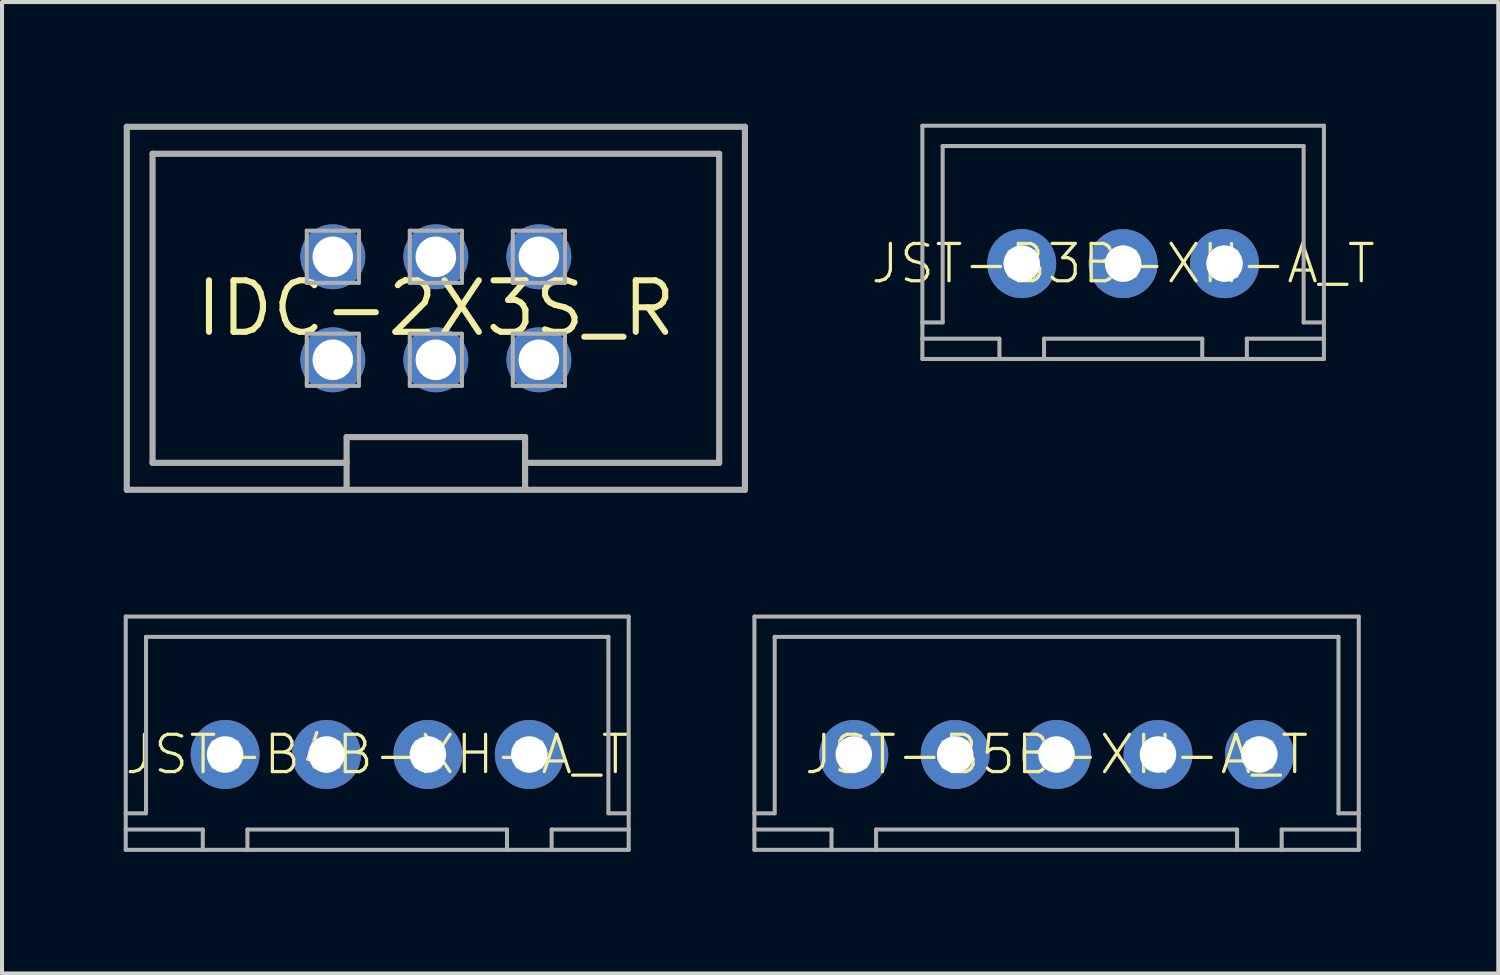
<source format=kicad_pcb>
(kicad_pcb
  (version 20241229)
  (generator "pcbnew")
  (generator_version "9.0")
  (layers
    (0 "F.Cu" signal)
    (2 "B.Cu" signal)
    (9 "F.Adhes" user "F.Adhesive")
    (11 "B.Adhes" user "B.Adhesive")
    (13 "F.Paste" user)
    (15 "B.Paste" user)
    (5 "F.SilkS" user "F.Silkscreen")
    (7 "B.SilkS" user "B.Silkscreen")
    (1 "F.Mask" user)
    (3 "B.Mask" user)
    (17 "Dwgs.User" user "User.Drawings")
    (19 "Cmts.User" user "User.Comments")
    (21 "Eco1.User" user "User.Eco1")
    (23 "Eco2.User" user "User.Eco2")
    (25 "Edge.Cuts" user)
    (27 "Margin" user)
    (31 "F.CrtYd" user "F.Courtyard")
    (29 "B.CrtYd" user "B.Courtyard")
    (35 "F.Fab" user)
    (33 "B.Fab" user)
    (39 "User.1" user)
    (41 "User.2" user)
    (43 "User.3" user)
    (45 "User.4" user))
  (footprint "JST-B5B-XH-A_T"
    (layer "F.Cu")
    (at 23 15.552)
    (property "Reference" "JST-B5B-XH-A_T" (at 0 0 0) (unlocked yes) (layer "F.SilkS") (effects (font (size 0.92 0.92) (thickness 0.08))))
    (fp_line (start -7.45 -3.4) (end -7.45 1.45) (stroke (width 0.1) (type solid)) (layer "F.Fab"))
    (fp_line (start -7.45 -3.4) (end 7.45 -3.4) (stroke (width 0.1) (type solid)) (layer "F.Fab"))
    (fp_line (start -7.45 1.45) (end -7.45 1.85) (stroke (width 0.1) (type solid)) (layer "F.Fab"))
    (fp_line (start -7.45 1.85) (end -7.45 2.35) (stroke (width 0.1) (type solid)) (layer "F.Fab"))
    (fp_line (start -7.45 2.35) (end -5.55 2.35) (stroke (width 0.1) (type solid)) (layer "F.Fab"))
    (fp_line (start -6.95 -2.9) (end -6.95 1.45) (stroke (width 0.1) (type solid)) (layer "F.Fab"))
    (fp_line (start -6.95 -2.9) (end 6.95 -2.9) (stroke (width 0.1) (type solid)) (layer "F.Fab"))
    (fp_line (start -6.95 1.45) (end -7.45 1.45) (stroke (width 0.1) (type solid)) (layer "F.Fab"))
    (fp_line (start -5.55 1.85) (end -7.45 1.85) (stroke (width 0.1) (type solid)) (layer "F.Fab"))
    (fp_line (start -5.55 1.85) (end -5.55 2.35) (stroke (width 0.1) (type solid)) (layer "F.Fab"))
    (fp_line (start -5.55 2.35) (end -4.45 2.35) (stroke (width 0.1) (type solid)) (layer "F.Fab"))
    (fp_line (start -5.3 -0.3) (end -5.3 0.3) (stroke (width 0.1) (type solid)) (layer "F.Fab"))
    (fp_line (start -5.3 0.3) (end -4.7 0.3) (stroke (width 0.1) (type solid)) (layer "F.Fab"))
    (fp_line (start -4.7 -0.3) (end -5.3 -0.3) (stroke (width 0.1) (type solid)) (layer "F.Fab"))
    (fp_line (start -4.7 0.3) (end -4.7 -0.3) (stroke (width 0.1) (type solid)) (layer "F.Fab"))
    (fp_line (start -4.45 1.85) (end -4.45 2.35) (stroke (width 0.1) (type solid)) (layer "F.Fab"))
    (fp_line (start -4.45 1.85) (end 4.45 1.85) (stroke (width 0.1) (type solid)) (layer "F.Fab"))
    (fp_line (start -4.45 2.35) (end 4.45 2.35) (stroke (width 0.1) (type solid)) (layer "F.Fab"))
    (fp_line (start -2.8 -0.3) (end -2.8 0.3) (stroke (width 0.1) (type solid)) (layer "F.Fab"))
    (fp_line (start -2.8 0.3) (end -2.2 0.3) (stroke (width 0.1) (type solid)) (layer "F.Fab"))
    (fp_line (start -2.2 -0.3) (end -2.8 -0.3) (stroke (width 0.1) (type solid)) (layer "F.Fab"))
    (fp_line (start -2.2 0.3) (end -2.2 -0.3) (stroke (width 0.1) (type solid)) (layer "F.Fab"))
    (fp_line (start -0.3 -0.3) (end -0.3 0.3) (stroke (width 0.1) (type solid)) (layer "F.Fab"))
    (fp_line (start -0.3 0.3) (end 0.3 0.3) (stroke (width 0.1) (type solid)) (layer "F.Fab"))
    (fp_line (start 0.3 -0.3) (end -0.3 -0.3) (stroke (width 0.1) (type solid)) (layer "F.Fab"))
    (fp_line (start 0.3 0.3) (end 0.3 -0.3) (stroke (width 0.1) (type solid)) (layer "F.Fab"))
    (fp_line (start 2.2 -0.3) (end 2.2 0.3) (stroke (width 0.1) (type solid)) (layer "F.Fab"))
    (fp_line (start 2.2 0.3) (end 2.8 0.3) (stroke (width 0.1) (type solid)) (layer "F.Fab"))
    (fp_line (start 2.8 -0.3) (end 2.2 -0.3) (stroke (width 0.1) (type solid)) (layer "F.Fab"))
    (fp_line (start 2.8 0.3) (end 2.8 -0.3) (stroke (width 0.1) (type solid)) (layer "F.Fab"))
    (fp_line (start 4.45 1.85) (end 4.45 2.35) (stroke (width 0.1) (type solid)) (layer "F.Fab"))
    (fp_line (start 4.7 -0.3) (end 4.7 0.3) (stroke (width 0.1) (type solid)) (layer "F.Fab"))
    (fp_line (start 4.7 0.3) (end 5.3 0.3) (stroke (width 0.1) (type solid)) (layer "F.Fab"))
    (fp_line (start 5.3 -0.3) (end 4.7 -0.3) (stroke (width 0.1) (type solid)) (layer "F.Fab"))
    (fp_line (start 5.3 0.3) (end 5.3 -0.3) (stroke (width 0.1) (type solid)) (layer "F.Fab"))
    (fp_line (start 5.55 1.85) (end 5.55 2.35) (stroke (width 0.1) (type solid)) (layer "F.Fab"))
    (fp_line (start 5.55 1.85) (end 7.45 1.85) (stroke (width 0.1) (type solid)) (layer "F.Fab"))
    (fp_line (start 5.55 2.35) (end 4.45 2.35) (stroke (width 0.1) (type solid)) (layer "F.Fab"))
    (fp_line (start 5.55 2.35) (end 7.45 2.35) (stroke (width 0.1) (type solid)) (layer "F.Fab"))
    (fp_line (start 6.95 1.45) (end 6.95 -2.9) (stroke (width 0.1) (type solid)) (layer "F.Fab"))
    (fp_line (start 6.95 1.45) (end 7.45 1.45) (stroke (width 0.1) (type solid)) (layer "F.Fab"))
    (fp_line (start 7.45 1.45) (end 7.45 -3.4) (stroke (width 0.1) (type solid)) (layer "F.Fab"))
    (fp_line (start 7.45 1.85) (end 7.45 1.45) (stroke (width 0.1) (type solid)) (layer "F.Fab"))
    (fp_line (start 7.45 2.35) (end 7.45 1.85) (stroke (width 0.1) (type solid)) (layer "F.Fab"))
    (pad "1" thru_hole circle (at -5 0) (size 1.7 1.7) (drill 0.9) (layers "*.Cu" "*.Mask"))
    (pad "2" thru_hole circle (at -2.5 0) (size 1.7 1.7) (drill 0.9) (layers "*.Cu" "*.Mask"))
    (pad "3" thru_hole circle (at 0 0) (size 1.7 1.7) (drill 0.9) (layers "*.Cu" "*.Mask"))
    (pad "4" thru_hole circle (at 2.5 0) (size 1.7 1.7) (drill 0.9) (layers "*.Cu" "*.Mask"))
    (pad "5" thru_hole circle (at 5 0) (size 1.7 1.7) (drill 0.9) (layers "*.Cu" "*.Mask")))
  (footprint "JST-B3B-XH-A_T"
    (layer "F.Cu")
    (at 24.641 3.45)
    (property "Reference" "JST-B3B-XH-A_T" (at 0 0 0) (unlocked yes) (layer "F.SilkS") (effects (font (size 0.92 0.92) (thickness 0.08))))
    (fp_line (start -4.95 -3.4) (end -4.95 1.45) (stroke (width 0.1) (type solid)) (layer "F.Fab"))
    (fp_line (start -4.95 -3.4) (end 4.95 -3.4) (stroke (width 0.1) (type solid)) (layer "F.Fab"))
    (fp_line (start -4.95 1.45) (end -4.95 1.85) (stroke (width 0.1) (type solid)) (layer "F.Fab"))
    (fp_line (start -4.95 1.85) (end -4.95 2.35) (stroke (width 0.1) (type solid)) (layer "F.Fab"))
    (fp_line (start -4.95 2.35) (end -3.05 2.35) (stroke (width 0.1) (type solid)) (layer "F.Fab"))
    (fp_line (start -4.45 -2.9) (end -4.45 1.45) (stroke (width 0.1) (type solid)) (layer "F.Fab"))
    (fp_line (start -4.45 -2.9) (end 4.45 -2.9) (stroke (width 0.1) (type solid)) (layer "F.Fab"))
    (fp_line (start -4.45 1.45) (end -4.95 1.45) (stroke (width 0.1) (type solid)) (layer "F.Fab"))
    (fp_line (start -3.05 1.85) (end -4.95 1.85) (stroke (width 0.1) (type solid)) (layer "F.Fab"))
    (fp_line (start -3.05 1.85) (end -3.05 2.35) (stroke (width 0.1) (type solid)) (layer "F.Fab"))
    (fp_line (start -3.05 2.35) (end -1.95 2.35) (stroke (width 0.1) (type solid)) (layer "F.Fab"))
    (fp_line (start -2.8 -0.3) (end -2.8 0.3) (stroke (width 0.1) (type solid)) (layer "F.Fab"))
    (fp_line (start -2.8 0.3) (end -2.2 0.3) (stroke (width 0.1) (type solid)) (layer "F.Fab"))
    (fp_line (start -2.2 -0.3) (end -2.8 -0.3) (stroke (width 0.1) (type solid)) (layer "F.Fab"))
    (fp_line (start -2.2 0.3) (end -2.2 -0.3) (stroke (width 0.1) (type solid)) (layer "F.Fab"))
    (fp_line (start -1.95 1.85) (end -1.95 2.35) (stroke (width 0.1) (type solid)) (layer "F.Fab"))
    (fp_line (start -1.95 1.85) (end 1.95 1.85) (stroke (width 0.1) (type solid)) (layer "F.Fab"))
    (fp_line (start -1.95 2.35) (end 1.95 2.35) (stroke (width 0.1) (type solid)) (layer "F.Fab"))
    (fp_line (start -0.3 -0.3) (end -0.3 0.3) (stroke (width 0.1) (type solid)) (layer "F.Fab"))
    (fp_line (start -0.3 0.3) (end 0.3 0.3) (stroke (width 0.1) (type solid)) (layer "F.Fab"))
    (fp_line (start 0.3 -0.3) (end -0.3 -0.3) (stroke (width 0.1) (type solid)) (layer "F.Fab"))
    (fp_line (start 0.3 0.3) (end 0.3 -0.3) (stroke (width 0.1) (type solid)) (layer "F.Fab"))
    (fp_line (start 1.95 1.85) (end 1.95 2.35) (stroke (width 0.1) (type solid)) (layer "F.Fab"))
    (fp_line (start 2.2 -0.3) (end 2.2 0.3) (stroke (width 0.1) (type solid)) (layer "F.Fab"))
    (fp_line (start 2.2 0.3) (end 2.8 0.3) (stroke (width 0.1) (type solid)) (layer "F.Fab"))
    (fp_line (start 2.8 -0.3) (end 2.2 -0.3) (stroke (width 0.1) (type solid)) (layer "F.Fab"))
    (fp_line (start 2.8 0.3) (end 2.8 -0.3) (stroke (width 0.1) (type solid)) (layer "F.Fab"))
    (fp_line (start 3.05 1.85) (end 3.05 2.35) (stroke (width 0.1) (type solid)) (layer "F.Fab"))
    (fp_line (start 3.05 1.85) (end 4.95 1.85) (stroke (width 0.1) (type solid)) (layer "F.Fab"))
    (fp_line (start 3.05 2.35) (end 1.95 2.35) (stroke (width 0.1) (type solid)) (layer "F.Fab"))
    (fp_line (start 3.05 2.35) (end 4.95 2.35) (stroke (width 0.1) (type solid)) (layer "F.Fab"))
    (fp_line (start 4.45 1.45) (end 4.45 -2.9) (stroke (width 0.1) (type solid)) (layer "F.Fab"))
    (fp_line (start 4.45 1.45) (end 4.95 1.45) (stroke (width 0.1) (type solid)) (layer "F.Fab"))
    (fp_line (start 4.95 1.45) (end 4.95 -3.4) (stroke (width 0.1) (type solid)) (layer "F.Fab"))
    (fp_line (start 4.95 1.85) (end 4.95 1.45) (stroke (width 0.1) (type solid)) (layer "F.Fab"))
    (fp_line (start 4.95 2.35) (end 4.95 1.85) (stroke (width 0.1) (type solid)) (layer "F.Fab"))
    (pad "1" thru_hole circle (at -2.5 0) (size 1.7 1.7) (drill 0.9) (layers "*.Cu" "*.Mask"))
    (pad "2" thru_hole circle (at 0 0) (size 1.7 1.7) (drill 0.9) (layers "*.Cu" "*.Mask"))
    (pad "3" thru_hole circle (at 2.5 0) (size 1.7 1.7) (drill 0.9) (layers "*.Cu" "*.Mask")))
  (footprint "JST-B4B-XH-A_T"
    (layer "F.Cu")
    (at 6.25 15.552)
    (property "Reference" "JST-B4B-XH-A_T" (at 0 0 0) (unlocked yes) (layer "F.SilkS") (effects (font (size 0.92 0.92) (thickness 0.08))))
    (fp_line (start -6.2 -3.4) (end -6.2 1.45) (stroke (width 0.1) (type solid)) (layer "F.Fab"))
    (fp_line (start -6.2 -3.4) (end 6.2 -3.4) (stroke (width 0.1) (type solid)) (layer "F.Fab"))
    (fp_line (start -6.2 1.45) (end -6.2 1.85) (stroke (width 0.1) (type solid)) (layer "F.Fab"))
    (fp_line (start -6.2 1.85) (end -6.2 2.35) (stroke (width 0.1) (type solid)) (layer "F.Fab"))
    (fp_line (start -6.2 2.35) (end -4.3 2.35) (stroke (width 0.1) (type solid)) (layer "F.Fab"))
    (fp_line (start -5.7 -2.9) (end -5.7 1.45) (stroke (width 0.1) (type solid)) (layer "F.Fab"))
    (fp_line (start -5.7 -2.9) (end 5.7 -2.9) (stroke (width 0.1) (type solid)) (layer "F.Fab"))
    (fp_line (start -5.7 1.45) (end -6.2 1.45) (stroke (width 0.1) (type solid)) (layer "F.Fab"))
    (fp_line (start -4.3 1.85) (end -6.2 1.85) (stroke (width 0.1) (type solid)) (layer "F.Fab"))
    (fp_line (start -4.3 1.85) (end -4.3 2.35) (stroke (width 0.1) (type solid)) (layer "F.Fab"))
    (fp_line (start -4.3 2.35) (end -3.2 2.35) (stroke (width 0.1) (type solid)) (layer "F.Fab"))
    (fp_line (start -4.05 -0.3) (end -4.05 0.3) (stroke (width 0.1) (type solid)) (layer "F.Fab"))
    (fp_line (start -4.05 0.3) (end -3.45 0.3) (stroke (width 0.1) (type solid)) (layer "F.Fab"))
    (fp_line (start -3.45 -0.3) (end -4.05 -0.3) (stroke (width 0.1) (type solid)) (layer "F.Fab"))
    (fp_line (start -3.45 0.3) (end -3.45 -0.3) (stroke (width 0.1) (type solid)) (layer "F.Fab"))
    (fp_line (start -3.2 1.85) (end -3.2 2.35) (stroke (width 0.1) (type solid)) (layer "F.Fab"))
    (fp_line (start -3.2 1.85) (end 3.2 1.85) (stroke (width 0.1) (type solid)) (layer "F.Fab"))
    (fp_line (start -3.2 2.35) (end 3.2 2.35) (stroke (width 0.1) (type solid)) (layer "F.Fab"))
    (fp_line (start -1.55 -0.3) (end -1.55 0.3) (stroke (width 0.1) (type solid)) (layer "F.Fab"))
    (fp_line (start -1.55 0.3) (end -0.95 0.3) (stroke (width 0.1) (type solid)) (layer "F.Fab"))
    (fp_line (start -0.95 -0.3) (end -1.55 -0.3) (stroke (width 0.1) (type solid)) (layer "F.Fab"))
    (fp_line (start -0.95 0.3) (end -0.95 -0.3) (stroke (width 0.1) (type solid)) (layer "F.Fab"))
    (fp_line (start 0.95 -0.3) (end 0.95 0.3) (stroke (width 0.1) (type solid)) (layer "F.Fab"))
    (fp_line (start 0.95 0.3) (end 1.55 0.3) (stroke (width 0.1) (type solid)) (layer "F.Fab"))
    (fp_line (start 1.55 -0.3) (end 0.95 -0.3) (stroke (width 0.1) (type solid)) (layer "F.Fab"))
    (fp_line (start 1.55 0.3) (end 1.55 -0.3) (stroke (width 0.1) (type solid)) (layer "F.Fab"))
    (fp_line (start 3.2 1.85) (end 3.2 2.35) (stroke (width 0.1) (type solid)) (layer "F.Fab"))
    (fp_line (start 3.45 -0.3) (end 3.45 0.3) (stroke (width 0.1) (type solid)) (layer "F.Fab"))
    (fp_line (start 3.45 0.3) (end 4.05 0.3) (stroke (width 0.1) (type solid)) (layer "F.Fab"))
    (fp_line (start 4.05 -0.3) (end 3.45 -0.3) (stroke (width 0.1) (type solid)) (layer "F.Fab"))
    (fp_line (start 4.05 0.3) (end 4.05 -0.3) (stroke (width 0.1) (type solid)) (layer "F.Fab"))
    (fp_line (start 4.3 1.85) (end 4.3 2.35) (stroke (width 0.1) (type solid)) (layer "F.Fab"))
    (fp_line (start 4.3 1.85) (end 6.2 1.85) (stroke (width 0.1) (type solid)) (layer "F.Fab"))
    (fp_line (start 4.3 2.35) (end 3.2 2.35) (stroke (width 0.1) (type solid)) (layer "F.Fab"))
    (fp_line (start 4.3 2.35) (end 6.2 2.35) (stroke (width 0.1) (type solid)) (layer "F.Fab"))
    (fp_line (start 5.7 1.45) (end 5.7 -2.9) (stroke (width 0.1) (type solid)) (layer "F.Fab"))
    (fp_line (start 5.7 1.45) (end 6.2 1.45) (stroke (width 0.1) (type solid)) (layer "F.Fab"))
    (fp_line (start 6.2 1.45) (end 6.2 -3.4) (stroke (width 0.1) (type solid)) (layer "F.Fab"))
    (fp_line (start 6.2 1.85) (end 6.2 1.45) (stroke (width 0.1) (type solid)) (layer "F.Fab"))
    (fp_line (start 6.2 2.35) (end 6.2 1.85) (stroke (width 0.1) (type solid)) (layer "F.Fab"))
    (pad "1" thru_hole circle (at -3.75 0) (size 1.7 1.7) (drill 0.9) (layers "*.Cu" "*.Mask"))
    (pad "2" thru_hole circle (at -1.25 0) (size 1.7 1.7) (drill 0.9) (layers "*.Cu" "*.Mask"))
    (pad "3" thru_hole circle (at 1.25 0) (size 1.7 1.7) (drill 0.9) (layers "*.Cu" "*.Mask"))
    (pad "4" thru_hole circle (at 3.75 0) (size 1.7 1.7) (drill 0.9) (layers "*.Cu" "*.Mask")))
  (footprint "IDC-2X3S_R"
    (layer "F.Cu")
    (at 7.696 4.551)
    (property "Reference" "IDC-2X3S_R" (at 0 0 0) (unlocked yes) (layer "F.SilkS") (effects (font (size 1.27 1.27) (thickness 0.15))))
    (fp_line (start -7.62 -4.475) (end -7.62 4.475) (stroke (width 0.152) (type solid)) (layer "F.Fab"))
    (fp_line (start -7.62 4.475) (end 7.62 4.475) (stroke (width 0.152) (type solid)) (layer "F.Fab"))
    (fp_line (start -6.985 -3.81) (end -6.985 3.81) (stroke (width 0.152) (type solid)) (layer "F.Fab"))
    (fp_line (start -6.985 3.81) (end -2.2 3.81) (stroke (width 0.152) (type solid)) (layer "F.Fab"))
    (fp_line (start -3.183 -1.913) (end -3.183 -0.627) (stroke (width 0.1) (type solid)) (layer "F.Fab"))
    (fp_line (start -3.183 -0.627) (end -1.897 -0.627) (stroke (width 0.1) (type solid)) (layer "F.Fab"))
    (fp_line (start -3.183 0.627) (end -3.183 1.913) (stroke (width 0.1) (type solid)) (layer "F.Fab"))
    (fp_line (start -3.183 1.913) (end -1.897 1.913) (stroke (width 0.1) (type solid)) (layer "F.Fab"))
    (fp_line (start -2.2 3.175) (end 2.2 3.175) (stroke (width 0.152) (type solid)) (layer "F.Fab"))
    (fp_line (start -2.2 3.81) (end -2.2 3.175) (stroke (width 0.152) (type solid)) (layer "F.Fab"))
    (fp_line (start -2.2 4.445) (end -2.2 3.81) (stroke (width 0.152) (type solid)) (layer "F.Fab"))
    (fp_line (start -1.897 -1.913) (end -3.183 -1.913) (stroke (width 0.1) (type solid)) (layer "F.Fab"))
    (fp_line (start -1.897 -0.627) (end -1.897 -1.913) (stroke (width 0.1) (type solid)) (layer "F.Fab"))
    (fp_line (start -1.897 0.627) (end -3.183 0.627) (stroke (width 0.1) (type solid)) (layer "F.Fab"))
    (fp_line (start -1.897 1.913) (end -1.897 0.627) (stroke (width 0.1) (type solid)) (layer "F.Fab"))
    (fp_line (start -0.643 -1.913) (end -0.643 -0.627) (stroke (width 0.1) (type solid)) (layer "F.Fab"))
    (fp_line (start -0.643 -0.627) (end 0.643 -0.627) (stroke (width 0.1) (type solid)) (layer "F.Fab"))
    (fp_line (start -0.643 0.627) (end -0.643 1.913) (stroke (width 0.1) (type solid)) (layer "F.Fab"))
    (fp_line (start -0.643 1.913) (end 0.643 1.913) (stroke (width 0.1) (type solid)) (layer "F.Fab"))
    (fp_line (start 0.643 -1.913) (end -0.643 -1.913) (stroke (width 0.1) (type solid)) (layer "F.Fab"))
    (fp_line (start 0.643 -0.627) (end 0.643 -1.913) (stroke (width 0.1) (type solid)) (layer "F.Fab"))
    (fp_line (start 0.643 0.627) (end -0.643 0.627) (stroke (width 0.1) (type solid)) (layer "F.Fab"))
    (fp_line (start 0.643 1.913) (end 0.643 0.627) (stroke (width 0.1) (type solid)) (layer "F.Fab"))
    (fp_line (start 1.897 -1.913) (end 1.897 -0.627) (stroke (width 0.1) (type solid)) (layer "F.Fab"))
    (fp_line (start 1.897 -0.627) (end 3.183 -0.627) (stroke (width 0.1) (type solid)) (layer "F.Fab"))
    (fp_line (start 1.897 0.627) (end 1.897 1.913) (stroke (width 0.1) (type solid)) (layer "F.Fab"))
    (fp_line (start 1.897 1.913) (end 3.183 1.913) (stroke (width 0.1) (type solid)) (layer "F.Fab"))
    (fp_line (start 2.2 3.175) (end 2.2 3.81) (stroke (width 0.152) (type solid)) (layer "F.Fab"))
    (fp_line (start 2.2 3.81) (end 2.2 4.445) (stroke (width 0.152) (type solid)) (layer "F.Fab"))
    (fp_line (start 2.2 3.81) (end 6.985 3.81) (stroke (width 0.152) (type solid)) (layer "F.Fab"))
    (fp_line (start 3.183 -1.913) (end 1.897 -1.913) (stroke (width 0.1) (type solid)) (layer "F.Fab"))
    (fp_line (start 3.183 -0.627) (end 3.183 -1.913) (stroke (width 0.1) (type solid)) (layer "F.Fab"))
    (fp_line (start 3.183 0.627) (end 1.897 0.627) (stroke (width 0.1) (type solid)) (layer "F.Fab"))
    (fp_line (start 3.183 1.913) (end 3.183 0.627) (stroke (width 0.1) (type solid)) (layer "F.Fab"))
    (fp_line (start 6.985 -3.81) (end -6.985 -3.81) (stroke (width 0.152) (type solid)) (layer "F.Fab"))
    (fp_line (start 6.985 3.81) (end 6.985 -3.81) (stroke (width 0.152) (type solid)) (layer "F.Fab"))
    (fp_line (start 7.62 -4.475) (end -7.62 -4.475) (stroke (width 0.152) (type solid)) (layer "F.Fab"))
    (fp_line (start 7.62 4.475) (end 7.62 -4.475) (stroke (width 0.152) (type solid)) (layer "F.Fab"))
    (fp_text user "5" (at 2.54 1.206 90) (layer "F.Fab") (effects (font (size 0.366 0.366) (thickness 0.041))))
    (fp_text user "6" (at 2.54 -1.333 90) (layer "F.Fab") (effects (font (size 0.366 0.366) (thickness 0.041))))
    (fp_text user "3" (at 0 1.206 90) (layer "F.Fab") (effects (font (size 0.366 0.366) (thickness 0.041))))
    (fp_text user "2" (at -2.54 -1.333 90) (layer "F.Fab") (effects (font (size 0.366 0.366) (thickness 0.041))))
    (fp_text user "1" (at -2.54 1.206 90) (layer "F.Fab") (effects (font (size 0.366 0.366) (thickness 0.041))))
    (fp_text user "4" (at 0 -1.333 90) (layer "F.Fab") (effects (font (size 0.366 0.366) (thickness 0.041))))
    (pad "1" thru_hole circle (at -2.54 1.27 90) (size 1.6 1.6) (drill 1) (layers "*.Cu" "*.Mask"))
    (pad "2" thru_hole circle (at -2.54 -1.27 90) (size 1.6 1.6) (drill 1) (layers "*.Cu" "*.Mask"))
    (pad "3" thru_hole circle (at 0 1.27 90) (size 1.6 1.6) (drill 1) (layers "*.Cu" "*.Mask"))
    (pad "4" thru_hole circle (at 0 -1.27 90) (size 1.6 1.6) (drill 1) (layers "*.Cu" "*.Mask"))
    (pad "5" thru_hole circle (at 2.54 1.27 90) (size 1.6 1.6) (drill 1) (layers "*.Cu" "*.Mask"))
    (pad "6" thru_hole circle (at 2.54 -1.27 90) (size 1.6 1.6) (drill 1) (layers "*.Cu" "*.Mask")))
  (gr_rect
    (start -3 -3)
    (end 33.89 20.952)
    (stroke (width 0.1) (type default))
    (fill no)
    (layer "Edge.Cuts")))
</source>
